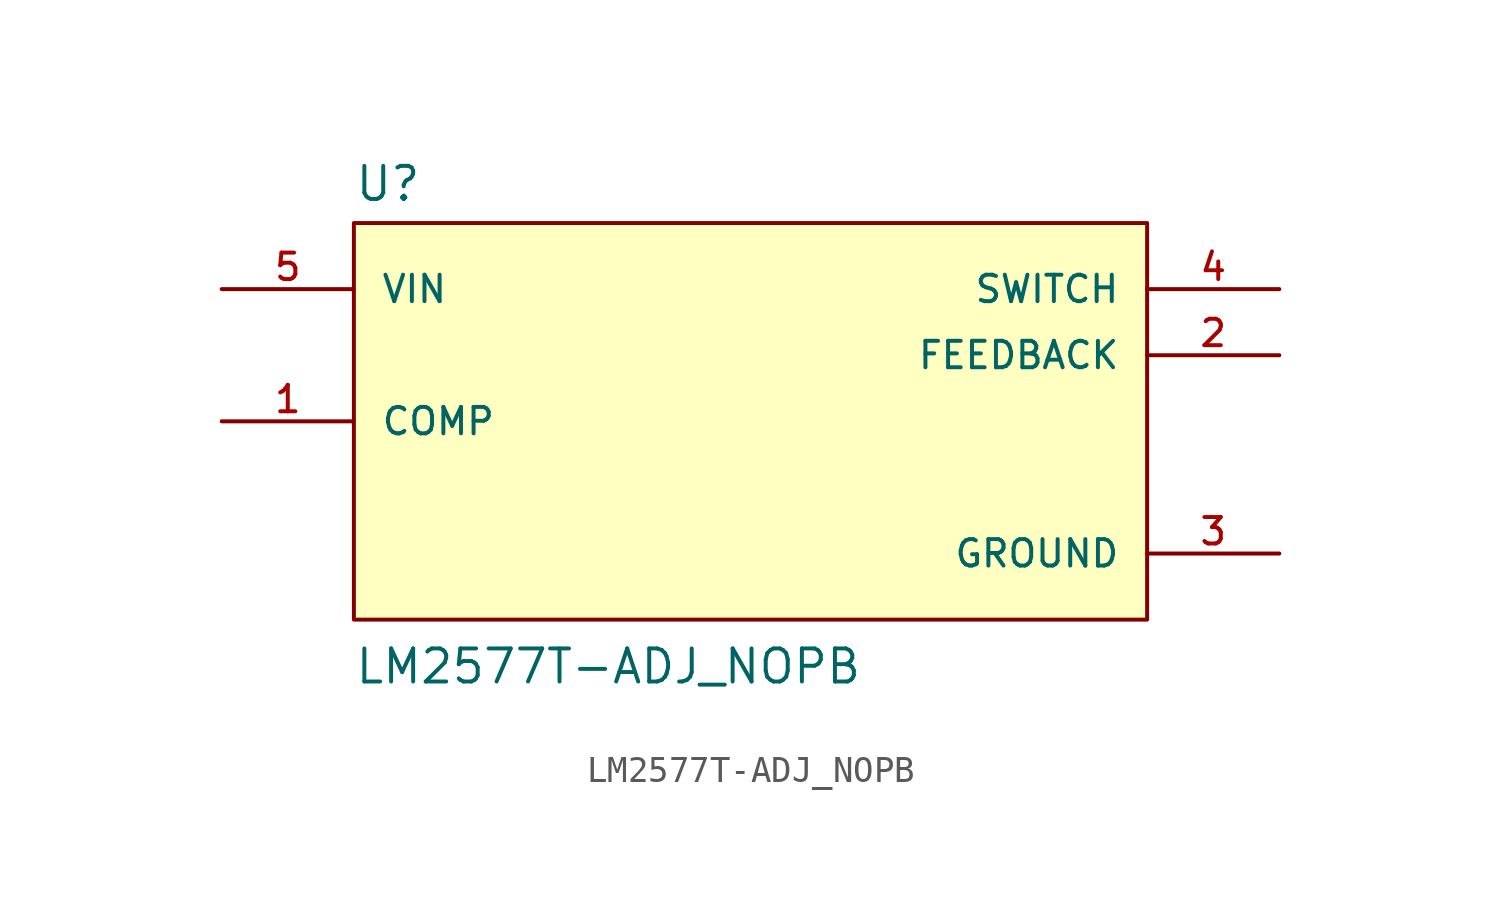
<source format=kicad_sym>
(kicad_symbol_lib
  (version 20211014)
  (generator kicad_symbol_editor)
  (symbol "LM2577T-ADJ_NOPB"
    (pin_names
      (offset 1.016))
    (property "Reference" "U"
      (at -15.24 8.382 0)
      (effects (font (size 1.27 1.27)) (justify bottom left)))
    (property "Value" "LM2577T-ADJ_NOPB"
      (at -15.24 -10.16 0)
      (effects (font (size 1.27 1.27)) (justify bottom left)))
    (symbol "LM2577T-ADJ_NOPB_0_0"
      (rectangle (start -15.24 -7.62) (end 15.24 7.62) (stroke (width 0.152)) (fill (type background)))
      (pin passive line (at -20.32 0.0 0) (length 5.08) (name "COMP" (effects (font (size 1.016 1.016)))) (number "1" (effects (font (size 1.016 1.016)))))
      (pin output line (at 20.32 5.08 180.0) (length 5.08) (name "SWITCH" (effects (font (size 1.016 1.016)))) (number "4" (effects (font (size 1.016 1.016)))))
      (pin power_in line (at 20.32 -5.08 180.0) (length 5.08) (name "GROUND" (effects (font (size 1.016 1.016)))) (number "3" (effects (font (size 1.016 1.016)))))
      (pin input line (at 20.32 2.54 180.0) (length 5.08) (name "FEEDBACK" (effects (font (size 1.016 1.016)))) (number "2" (effects (font (size 1.016 1.016)))))
      (pin input line (at -20.32 5.08 0) (length 5.08) (name "VIN" (effects (font (size 1.016 1.016)))) (number "5" (effects (font (size 1.016 1.016))))))))
</source>
